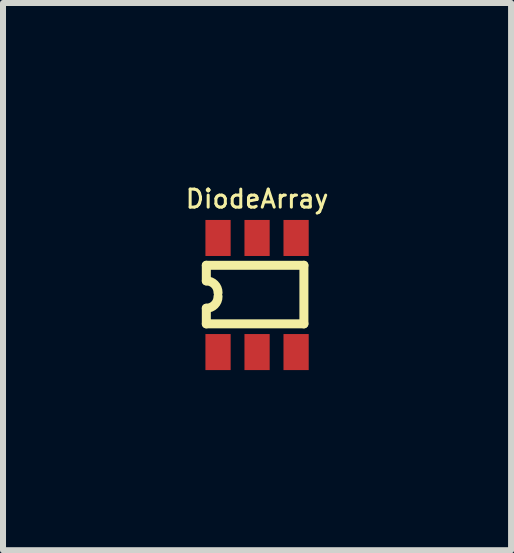
<source format=kicad_pcb>
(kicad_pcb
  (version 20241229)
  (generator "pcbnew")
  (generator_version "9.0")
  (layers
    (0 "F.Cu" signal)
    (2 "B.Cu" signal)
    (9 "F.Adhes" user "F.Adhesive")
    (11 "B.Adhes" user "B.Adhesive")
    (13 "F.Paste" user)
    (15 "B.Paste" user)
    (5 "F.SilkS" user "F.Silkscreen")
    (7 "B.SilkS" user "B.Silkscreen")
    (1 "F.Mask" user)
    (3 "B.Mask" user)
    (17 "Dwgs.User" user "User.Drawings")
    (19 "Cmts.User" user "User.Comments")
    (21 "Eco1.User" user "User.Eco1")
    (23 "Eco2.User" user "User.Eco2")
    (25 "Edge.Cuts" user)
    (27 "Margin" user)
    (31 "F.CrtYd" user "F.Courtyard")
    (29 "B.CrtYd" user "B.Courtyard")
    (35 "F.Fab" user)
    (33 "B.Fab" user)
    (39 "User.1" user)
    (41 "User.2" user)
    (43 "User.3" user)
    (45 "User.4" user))
  (footprint "DiodeArray"
    (layer "F.Cu")
    (at 1.231 1.888)
    (property "Reference" "DiodeArray" (at 0 -1.625 0) (layer "F.SilkS") (effects (font (size 0.3 0.3) (thickness 0.05))))
    (attr through_hole)
    (fp_line (start -0.845 -0.52) (end -0.845 -0.26) (stroke (width 0.15) (type solid)) (layer "F.SilkS"))
    (fp_line (start -0.845 -0.52) (end 0.78 -0.52) (stroke (width 0.15) (type solid)) (layer "F.SilkS"))
    (fp_line (start -0.845 0.195) (end -0.845 0.455) (stroke (width 0.15) (type solid)) (layer "F.SilkS"))
    (fp_line (start 0.78 -0.52) (end 0.78 0.455) (stroke (width 0.15) (type solid)) (layer "F.SilkS"))
    (fp_line (start 0.78 0.455) (end -0.845 0.455) (stroke (width 0.15) (type solid)) (layer "F.SilkS"))
    (fp_arc (start -0.845 -0.26) (mid -0.707114 -0.202886) (end -0.65 -0.065) (stroke (width 0.15) (type solid)) (layer "F.SilkS"))
    (fp_arc (start -0.65 0) (mid -0.707114 0.137886) (end -0.845 0.195) (stroke (width 0.15) (type solid)) (layer "F.SilkS"))
    (pad "1" smd rect (at -0.65 0.925) (size 0.42 0.6) (layers "F.Cu" "F.Mask" "F.Paste"))
    (pad "2" smd rect (at 0 0.925) (size 0.42 0.6) (layers "F.Cu" "F.Mask" "F.Paste"))
    (pad "3" smd rect (at 0.65 0.925) (size 0.42 0.6) (layers "F.Cu" "F.Mask" "F.Paste"))
    (pad "4" smd rect (at 0.65 -0.975) (size 0.42 0.6) (layers "F.Cu" "F.Mask" "F.Paste"))
    (pad "5" smd rect (at 0 -0.975) (size 0.42 0.6) (layers "F.Cu" "F.Mask" "F.Paste"))
    (pad "6" smd rect (at -0.65 -0.975) (size 0.42 0.6) (layers "F.Cu" "F.Mask" "F.Paste")))
  (gr_rect
    (start -3 -3)
    (end 5.461 6.113)
    (stroke (width 0.1) (type default))
    (fill no)
    (layer "Edge.Cuts")))
</source>
